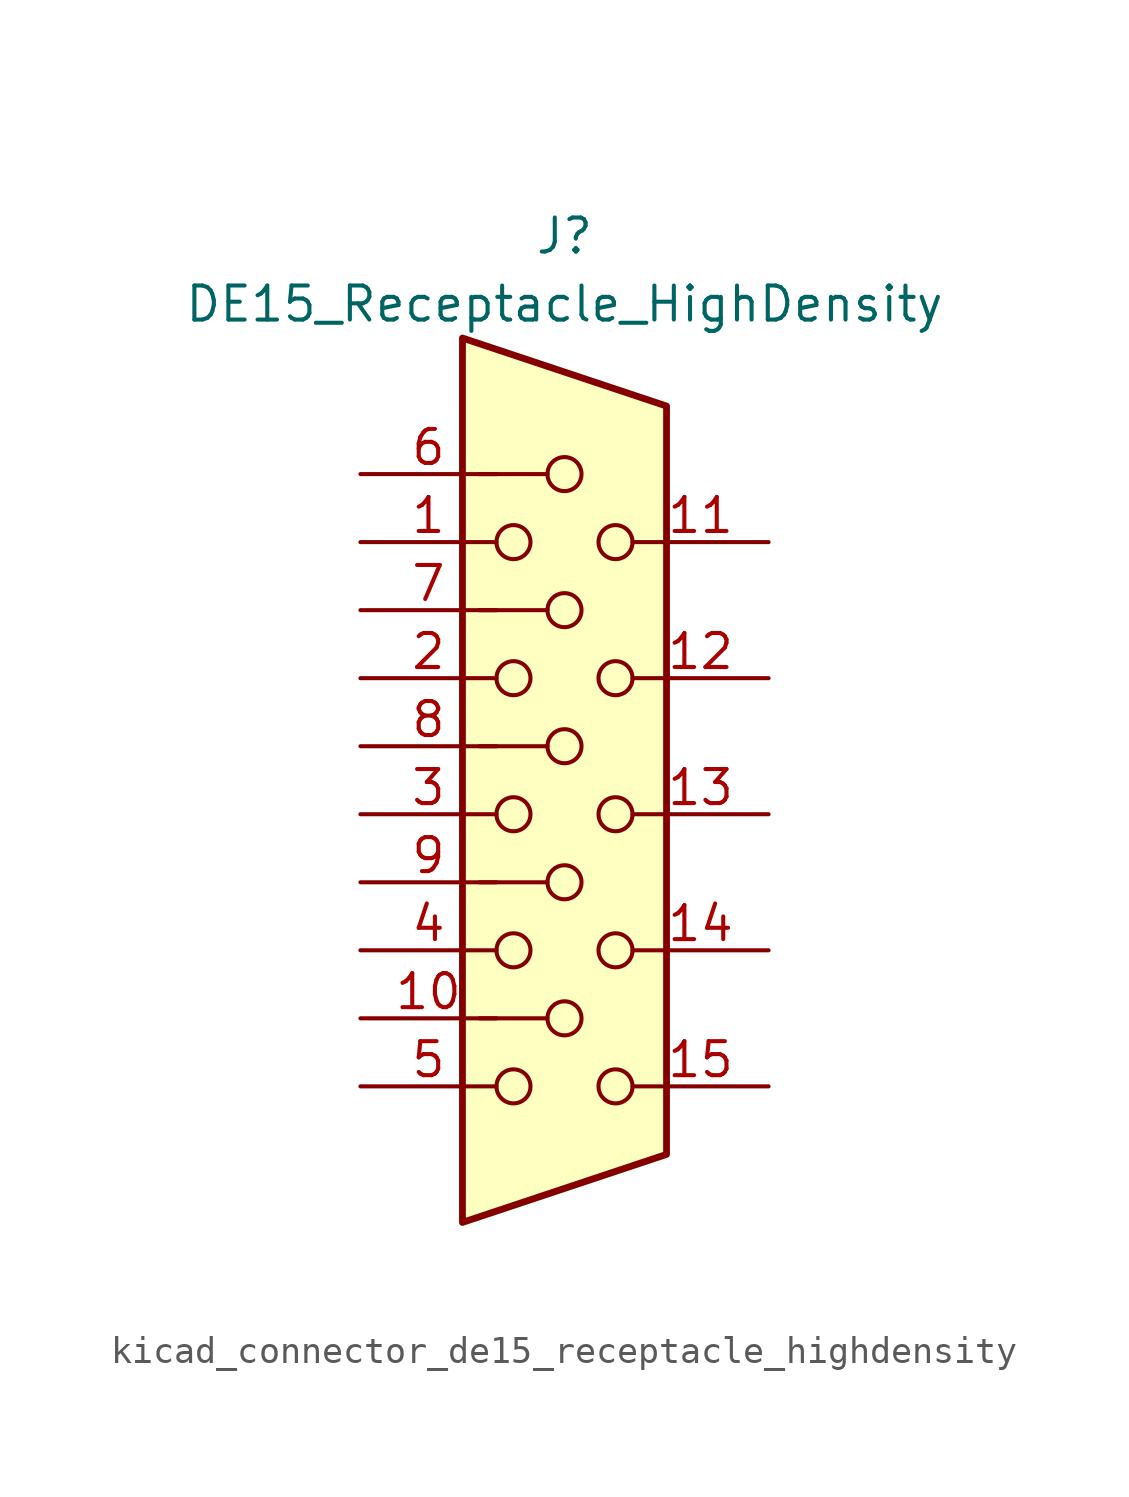
<source format=kicad_sym>
(kicad_symbol_lib
  (version 20220914)
  (generator kicad_symbol_editor)
  (symbol "kicad_connector_de15_receptacle_highdensity"
    (pin_names
      (offset 1.016) hide)
    (property "Reference" "J"
      (at 0 21.59 0)
      (effects (font (size 1.27 1.27))))
    (property "Value" "DE15_Receptacle_HighDensity"
      (at 0 19.05 0)
      (effects (font (size 1.27 1.27))))
    (symbol "kicad_connector_de15_receptacle_highdensity_0_1"
      (circle (center -1.905 -10.16) (radius 0.635) (stroke (width 0) (type default)) (fill (type none)))
      (circle (center -1.905 -5.08) (radius 0.635) (stroke (width 0) (type default)) (fill (type none)))
      (circle (center -1.905 0) (radius 0.635) (stroke (width 0) (type default)) (fill (type none)))
      (circle (center -1.905 5.08) (radius 0.635) (stroke (width 0) (type default)) (fill (type none)))
      (circle (center -1.905 10.16) (radius 0.635) (stroke (width 0) (type default)) (fill (type none)))
      (circle (center 0 -7.62) (radius 0.635) (stroke (width 0) (type default)) (fill (type none)))
      (circle (center 0 -2.54) (radius 0.635) (stroke (width 0) (type default)) (fill (type none)))
      (polyline (pts (xy -3.175 7.62) (xy -0.635 7.62)) (stroke (width 0) (type default)) (fill (type none)))
      (polyline (pts (xy -0.635 -7.62) (xy -3.175 -7.62)) (stroke (width 0) (type default)) (fill (type none)))
      (polyline (pts (xy -0.635 -2.54) (xy -3.175 -2.54)) (stroke (width 0) (type default)) (fill (type none)))
      (polyline (pts (xy -0.635 2.54) (xy -3.175 2.54)) (stroke (width 0) (type default)) (fill (type none)))
      (polyline (pts (xy -0.635 12.7) (xy -3.175 12.7)) (stroke (width 0) (type default)) (fill (type none)))
      (polyline (pts (xy -3.81 17.78) (xy -3.81 -15.24) (xy 3.81 -12.7) (xy 3.81 15.24) (xy -3.81 17.78)) (stroke (width 0.254) (type default)) (fill (type background)))
      (circle (center 0 2.54) (radius 0.635) (stroke (width 0) (type default)) (fill (type none)))
      (circle (center 0 7.62) (radius 0.635) (stroke (width 0) (type default)) (fill (type none)))
      (circle (center 0 12.7) (radius 0.635) (stroke (width 0) (type default)) (fill (type none)))
      (circle (center 1.905 -10.16) (radius 0.635) (stroke (width 0) (type default)) (fill (type none)))
      (circle (center 1.905 -5.08) (radius 0.635) (stroke (width 0) (type default)) (fill (type none)))
      (circle (center 1.905 0) (radius 0.635) (stroke (width 0) (type default)) (fill (type none)))
      (circle (center 1.905 5.08) (radius 0.635) (stroke (width 0) (type default)) (fill (type none)))
      (circle (center 1.905 10.16) (radius 0.635) (stroke (width 0) (type default)) (fill (type none))))
    (symbol "kicad_connector_de15_receptacle_highdensity_1_1"
      (pin passive line (at -7.62 10.16 0) (length 5.08) (name "~" (effects (font (size 1.27 1.27)))) (number "1" (effects (font (size 1.27 1.27)))))
      (pin passive line (at -7.62 -7.62 0) (length 5.08) (name "~" (effects (font (size 1.27 1.27)))) (number "10" (effects (font (size 1.27 1.27)))))
      (pin passive line (at 7.62 10.16 180) (length 5.08) (name "~" (effects (font (size 1.27 1.27)))) (number "11" (effects (font (size 1.27 1.27)))))
      (pin passive line (at 7.62 5.08 180) (length 5.08) (name "~" (effects (font (size 1.27 1.27)))) (number "12" (effects (font (size 1.27 1.27)))))
      (pin passive line (at 7.62 0 180) (length 5.08) (name "~" (effects (font (size 1.27 1.27)))) (number "13" (effects (font (size 1.27 1.27)))))
      (pin passive line (at 7.62 -5.08 180) (length 5.08) (name "~" (effects (font (size 1.27 1.27)))) (number "14" (effects (font (size 1.27 1.27)))))
      (pin passive line (at 7.62 -10.16 180) (length 5.08) (name "~" (effects (font (size 1.27 1.27)))) (number "15" (effects (font (size 1.27 1.27)))))
      (pin passive line (at -7.62 5.08 0) (length 5.08) (name "~" (effects (font (size 1.27 1.27)))) (number "2" (effects (font (size 1.27 1.27)))))
      (pin passive line (at -7.62 0 0) (length 5.08) (name "~" (effects (font (size 1.27 1.27)))) (number "3" (effects (font (size 1.27 1.27)))))
      (pin passive line (at -7.62 -5.08 0) (length 5.08) (name "~" (effects (font (size 1.27 1.27)))) (number "4" (effects (font (size 1.27 1.27)))))
      (pin passive line (at -7.62 -10.16 0) (length 5.08) (name "~" (effects (font (size 1.27 1.27)))) (number "5" (effects (font (size 1.27 1.27)))))
      (pin passive line (at -7.62 12.7 0) (length 5.08) (name "~" (effects (font (size 1.27 1.27)))) (number "6" (effects (font (size 1.27 1.27)))))
      (pin passive line (at -7.62 7.62 0) (length 5.08) (name "~" (effects (font (size 1.27 1.27)))) (number "7" (effects (font (size 1.27 1.27)))))
      (pin passive line (at -7.62 2.54 0) (length 5.08) (name "~" (effects (font (size 1.27 1.27)))) (number "8" (effects (font (size 1.27 1.27)))))
      (pin passive line (at -7.62 -2.54 0) (length 5.08) (name "~" (effects (font (size 1.27 1.27)))) (number "9" (effects (font (size 1.27 1.27))))))))
</source>
